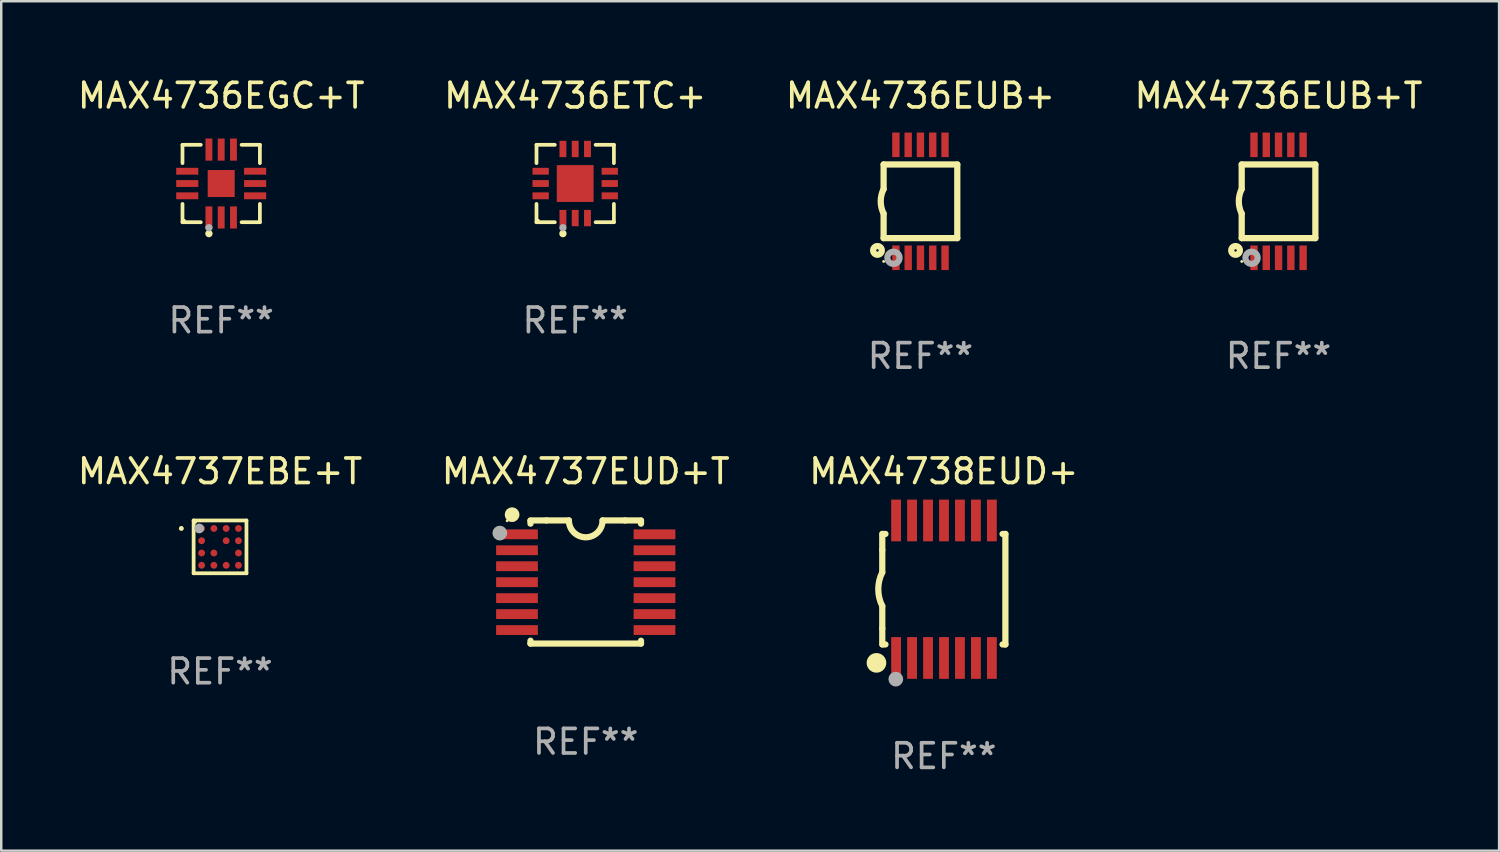
<source format=kicad_pcb>
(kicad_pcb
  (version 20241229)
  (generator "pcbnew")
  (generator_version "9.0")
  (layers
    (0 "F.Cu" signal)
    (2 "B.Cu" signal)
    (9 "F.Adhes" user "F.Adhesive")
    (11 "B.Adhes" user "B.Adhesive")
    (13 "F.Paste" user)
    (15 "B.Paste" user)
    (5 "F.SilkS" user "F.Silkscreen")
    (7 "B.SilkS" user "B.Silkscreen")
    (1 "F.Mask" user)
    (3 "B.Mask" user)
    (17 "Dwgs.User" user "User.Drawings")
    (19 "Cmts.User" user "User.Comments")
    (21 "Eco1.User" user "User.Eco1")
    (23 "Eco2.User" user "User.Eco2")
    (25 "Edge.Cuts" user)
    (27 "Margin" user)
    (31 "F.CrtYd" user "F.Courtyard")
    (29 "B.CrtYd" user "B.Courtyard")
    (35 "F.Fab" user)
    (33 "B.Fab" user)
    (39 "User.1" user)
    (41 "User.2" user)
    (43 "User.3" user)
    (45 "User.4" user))
  (footprint "MAX4737EUD+T"
    (layer "F.Cu")
    (at 20.804 20.652)
    (property "Reference" "MAX4737EUD+T" (at 0 -4.507 0) (layer "F.SilkS") (effects (font (size 1 1) (thickness 0.15))))
    (attr through_hole)
    (fp_line (start -2.25 -2.377) (end -2.25 -2.493) (stroke (width 0.254) (type solid)) (layer "F.SilkS"))
    (fp_line (start -2.25 2.507) (end -2.25 2.392) (stroke (width 0.254) (type solid)) (layer "F.SilkS"))
    (fp_line (start -1.6 -2.507) (end -2.25 -2.507) (stroke (width 0.254) (type solid)) (layer "F.SilkS"))
    (fp_line (start -1.6 -2.507) (end -0.686 -2.507) (stroke (width 0.254) (type solid)) (layer "F.SilkS"))
    (fp_line (start 0.686 -2.507) (end 1.6 -2.507) (stroke (width 0.254) (type solid)) (layer "F.SilkS"))
    (fp_line (start 1.6 -2.507) (end 2.25 -2.507) (stroke (width 0.254) (type solid)) (layer "F.SilkS"))
    (fp_line (start 2.25 -2.493) (end 2.25 -2.377) (stroke (width 0.254) (type solid)) (layer "F.SilkS"))
    (fp_line (start 2.25 2.392) (end 2.25 2.507) (stroke (width 0.254) (type solid)) (layer "F.SilkS"))
    (fp_line (start 2.25 2.507) (end -2.25 2.507) (stroke (width 0.254) (type solid)) (layer "F.SilkS"))
    (fp_arc (start 0.685852 -2.507303) (mid 0.000051 -1.821502) (end -0.68575 -2.507303) (stroke (width 0.254001) (type solid)) (layer "F.SilkS"))
    (fp_circle (center -3.2 -2.493) (end -3.17 -2.493) (stroke (width 0.06) (type solid)) (fill no) (layer "F.SilkS"))
    (fp_circle (center -3 -2.743) (end -2.85 -2.743) (stroke (width 0.3) (type solid)) (fill no) (layer "F.SilkS"))
    (fp_circle (center -3.5 -1.993) (end -3.35 -1.993) (stroke (width 0.3) (type solid)) (fill no) (layer "F.Fab"))
    (fp_text user "REF**" (at 0 6.507 0) (layer "F.Fab") (effects (font (size 1 1) (thickness 0.15))))
    (pad "1" smd rect (at -2.8 -1.943) (size 1.7 0.4) (layers "F.Cu" "F.Mask" "F.Paste"))
    (pad "2" smd rect (at -2.8 -1.293) (size 1.7 0.4) (layers "F.Cu" "F.Mask" "F.Paste"))
    (pad "3" smd rect (at -2.8 -0.643) (size 1.7 0.4) (layers "F.Cu" "F.Mask" "F.Paste"))
    (pad "4" smd rect (at -2.8 0.007) (size 1.7 0.4) (layers "F.Cu" "F.Mask" "F.Paste"))
    (pad "5" smd rect (at -2.8 0.657) (size 1.7 0.4) (layers "F.Cu" "F.Mask" "F.Paste"))
    (pad "6" smd rect (at -2.8 1.307) (size 1.7 0.4) (layers "F.Cu" "F.Mask" "F.Paste"))
    (pad "7" smd rect (at -2.8 1.957) (size 1.7 0.4) (layers "F.Cu" "F.Mask" "F.Paste"))
    (pad "8" smd rect (at 2.8 1.957) (size 1.7 0.4) (layers "F.Cu" "F.Mask" "F.Paste"))
    (pad "9" smd rect (at 2.8 1.307) (size 1.7 0.4) (layers "F.Cu" "F.Mask" "F.Paste"))
    (pad "10" smd rect (at 2.8 0.657) (size 1.7 0.4) (layers "F.Cu" "F.Mask" "F.Paste"))
    (pad "11" smd rect (at 2.8 0.007) (size 1.7 0.4) (layers "F.Cu" "F.Mask" "F.Paste"))
    (pad "12" smd rect (at 2.8 -0.643) (size 1.7 0.4) (layers "F.Cu" "F.Mask" "F.Paste"))
    (pad "13" smd rect (at 2.8 -1.293) (size 1.7 0.4) (layers "F.Cu" "F.Mask" "F.Paste"))
    (pad "14" smd rect (at 2.8 -1.943) (size 1.7 0.4) (layers "F.Cu" "F.Mask" "F.Paste")))
  (footprint "MAX4736EGC+T"
    (layer "F.Cu")
    (at 5.958 4.424)
    (property "Reference" "MAX4736EGC+T" (at 0 -3.576 0) (layer "F.SilkS") (effects (font (size 1 1) (thickness 0.15))))
    (attr through_hole)
    (fp_line (start -1.576 -1.576) (end -0.831 -1.576) (stroke (width 0.152) (type solid)) (layer "F.SilkS"))
    (fp_line (start -1.576 -0.831) (end -1.576 -1.576) (stroke (width 0.152) (type solid)) (layer "F.SilkS"))
    (fp_line (start -1.576 0.831) (end -1.576 1.576) (stroke (width 0.152) (type solid)) (layer "F.SilkS"))
    (fp_line (start -1.576 1.576) (end -0.831 1.576) (stroke (width 0.152) (type solid)) (layer "F.SilkS"))
    (fp_line (start 1.576 -1.576) (end 0.831 -1.576) (stroke (width 0.152) (type solid)) (layer "F.SilkS"))
    (fp_line (start 1.576 -0.831) (end 1.576 -1.576) (stroke (width 0.152) (type solid)) (layer "F.SilkS"))
    (fp_line (start 1.576 0.831) (end 1.576 1.576) (stroke (width 0.152) (type solid)) (layer "F.SilkS"))
    (fp_line (start 1.576 1.576) (end 0.831 1.576) (stroke (width 0.152) (type solid)) (layer "F.SilkS"))
    (fp_circle (center -1.5 1.5) (end -1.47 1.5) (stroke (width 0.06) (type solid)) (fill no) (layer "F.SilkS"))
    (fp_circle (center -0.5 2.04) (end -0.425 2.04) (stroke (width 0.15) (type solid)) (fill no) (layer "F.SilkS"))
    (fp_circle (center -0.5 1.8) (end -0.425 1.8) (stroke (width 0.15) (type solid)) (fill no) (layer "F.Fab"))
    (fp_text user "REF**" (at 0 5.576 0) (layer "F.Fab") (effects (font (size 1 1) (thickness 0.15))))
    (pad "1" smd rect (at -0.5 1.382) (size 0.28 0.9) (layers "F.Cu" "F.Mask" "F.Paste"))
    (pad "2" smd rect (at 0 1.382) (size 0.28 0.9) (layers "F.Cu" "F.Mask" "F.Paste"))
    (pad "3" smd rect (at 0.5 1.382) (size 0.28 0.9) (layers "F.Cu" "F.Mask" "F.Paste"))
    (pad "4" smd rect (at 1.382 0.5) (size 0.9 0.28) (layers "F.Cu" "F.Mask" "F.Paste"))
    (pad "5" smd rect (at 1.382 0) (size 0.9 0.28) (layers "F.Cu" "F.Mask" "F.Paste"))
    (pad "6" smd rect (at 1.382 -0.5) (size 0.9 0.28) (layers "F.Cu" "F.Mask" "F.Paste"))
    (pad "7" smd rect (at 0.5 -1.382) (size 0.28 0.9) (layers "F.Cu" "F.Mask" "F.Paste"))
    (pad "8" smd rect (at 0 -1.382) (size 0.28 0.9) (layers "F.Cu" "F.Mask" "F.Paste"))
    (pad "9" smd rect (at -0.5 -1.382) (size 0.28 0.9) (layers "F.Cu" "F.Mask" "F.Paste"))
    (pad "10" smd rect (at -1.382 -0.5) (size 0.9 0.28) (layers "F.Cu" "F.Mask" "F.Paste"))
    (pad "11" smd rect (at -1.382 0) (size 0.9 0.28) (layers "F.Cu" "F.Mask" "F.Paste"))
    (pad "12" smd rect (at -1.382 0.5) (size 0.9 0.28) (layers "F.Cu" "F.Mask" "F.Paste"))
    (pad "13" smd rect (at 0 0) (size 1.1 1.1) (layers "F.Cu" "F.Mask" "F.Paste")))
  (footprint "MAX4736EUB+"
    (layer "F.Cu")
    (at 34.435 5.148)
    (property "Reference" "MAX4736EUB+" (at 0 -4.3 0) (layer "F.SilkS") (effects (font (size 1 1) (thickness 0.15))))
    (attr through_hole)
    (fp_line (start -1.5 -1.5) (end -1.5 -0.5) (stroke (width 0.254) (type solid)) (layer "F.SilkS"))
    (fp_line (start -1.5 1.5) (end -1.5 0.5) (stroke (width 0.254) (type solid)) (layer "F.SilkS"))
    (fp_line (start -1.5 1.5) (end 1.5 1.5) (stroke (width 0.254) (type solid)) (layer "F.SilkS"))
    (fp_line (start 1.5 1.5) (end 1.5 -1.5) (stroke (width 0.254) (type solid)) (layer "F.SilkS"))
    (fp_line (start 1.5 -1.5) (end -1.5 -1.5) (stroke (width 0.254) (type solid)) (layer "F.SilkS"))
    (fp_arc (start -1.500165 0.5) (mid -1.618199 0) (end -1.500165 -0.5) (stroke (width 0.254001) (type solid)) (layer "F.SilkS"))
    (fp_circle (center -1.75 2) (end -1.573 2) (stroke (width 0.254) (type solid)) (fill no) (layer "F.SilkS"))
    (fp_circle (center -1.499 2.45) (end -1.469 2.45) (stroke (width 0.06) (type solid)) (fill no) (layer "F.SilkS"))
    (fp_circle (center -1.099 2.3) (end -0.975 2.3) (stroke (width 0.25) (type solid)) (fill no) (layer "F.Fab"))
    (fp_text user "REF**" (at 0 6.3 0) (layer "F.Fab") (effects (font (size 1 1) (thickness 0.15))))
    (pad "1" smd rect (at -0.999 2.3 180) (size 0.3 1) (layers "F.Cu" "F.Mask" "F.Paste"))
    (pad "2" smd rect (at -0.499 2.3 180) (size 0.3 1) (layers "F.Cu" "F.Mask" "F.Paste"))
    (pad "3" smd rect (at 0.001 2.3 180) (size 0.3 1) (layers "F.Cu" "F.Mask" "F.Paste"))
    (pad "4" smd rect (at 0.501 2.3 180) (size 0.3 1) (layers "F.Cu" "F.Mask" "F.Paste"))
    (pad "5" smd rect (at 1.001 2.3 180) (size 0.3 1) (layers "F.Cu" "F.Mask" "F.Paste"))
    (pad "6" smd rect (at 1 -2.3 180) (size 0.3 1) (layers "F.Cu" "F.Mask" "F.Paste"))
    (pad "7" smd rect (at 0.5 -2.3 180) (size 0.3 1) (layers "F.Cu" "F.Mask" "F.Paste"))
    (pad "8" smd rect (at -0.000165 -2.3 180) (size 0.3 1) (layers "F.Cu" "F.Mask" "F.Paste"))
    (pad "9" smd rect (at -0.5 -2.3 180) (size 0.3 1) (layers "F.Cu" "F.Mask" "F.Paste"))
    (pad "10" smd rect (at -1 -2.3 180) (size 0.3 1) (layers "F.Cu" "F.Mask" "F.Paste")))
  (footprint "MAX4736EUB+T"
    (layer "F.Cu")
    (at 49.018 5.148)
    (property "Reference" "MAX4736EUB+T" (at 0 -4.3 0) (layer "F.SilkS") (effects (font (size 1 1) (thickness 0.15))))
    (attr through_hole)
    (fp_line (start -1.5 -1.5) (end -1.5 -0.5) (stroke (width 0.254) (type solid)) (layer "F.SilkS"))
    (fp_line (start -1.5 1.5) (end -1.5 0.5) (stroke (width 0.254) (type solid)) (layer "F.SilkS"))
    (fp_line (start -1.5 1.5) (end 1.5 1.5) (stroke (width 0.254) (type solid)) (layer "F.SilkS"))
    (fp_line (start 1.5 1.5) (end 1.5 -1.5) (stroke (width 0.254) (type solid)) (layer "F.SilkS"))
    (fp_line (start 1.5 -1.5) (end -1.5 -1.5) (stroke (width 0.254) (type solid)) (layer "F.SilkS"))
    (fp_arc (start -1.500165 0.5) (mid -1.618199 0) (end -1.500165 -0.5) (stroke (width 0.254001) (type solid)) (layer "F.SilkS"))
    (fp_circle (center -1.75 2) (end -1.573 2) (stroke (width 0.254) (type solid)) (fill no) (layer "F.SilkS"))
    (fp_circle (center -1.499 2.45) (end -1.469 2.45) (stroke (width 0.06) (type solid)) (fill no) (layer "F.SilkS"))
    (fp_circle (center -1.099 2.3) (end -0.975 2.3) (stroke (width 0.25) (type solid)) (fill no) (layer "F.Fab"))
    (fp_text user "REF**" (at 0 6.3 0) (layer "F.Fab") (effects (font (size 1 1) (thickness 0.15))))
    (pad "1" smd rect (at -0.999 2.3 180) (size 0.3 1) (layers "F.Cu" "F.Mask" "F.Paste"))
    (pad "2" smd rect (at -0.499 2.3 180) (size 0.3 1) (layers "F.Cu" "F.Mask" "F.Paste"))
    (pad "3" smd rect (at 0.001 2.3 180) (size 0.3 1) (layers "F.Cu" "F.Mask" "F.Paste"))
    (pad "4" smd rect (at 0.501 2.3 180) (size 0.3 1) (layers "F.Cu" "F.Mask" "F.Paste"))
    (pad "5" smd rect (at 1.001 2.3 180) (size 0.3 1) (layers "F.Cu" "F.Mask" "F.Paste"))
    (pad "6" smd rect (at 1 -2.3 180) (size 0.3 1) (layers "F.Cu" "F.Mask" "F.Paste"))
    (pad "7" smd rect (at 0.5 -2.3 180) (size 0.3 1) (layers "F.Cu" "F.Mask" "F.Paste"))
    (pad "8" smd rect (at -0.000165 -2.3 180) (size 0.3 1) (layers "F.Cu" "F.Mask" "F.Paste"))
    (pad "9" smd rect (at -0.5 -2.3 180) (size 0.3 1) (layers "F.Cu" "F.Mask" "F.Paste"))
    (pad "10" smd rect (at -1 -2.3 180) (size 0.3 1) (layers "F.Cu" "F.Mask" "F.Paste")))
  (footprint "MAX4737EBE+T"
    (layer "F.Cu")
    (at 5.911 19.221)
    (property "Reference" "MAX4737EBE+T" (at 0 -3.076 0) (layer "F.SilkS") (effects (font (size 1 1) (thickness 0.15))))
    (attr through_hole)
    (fp_line (start -1.076 -1.076) (end 1.076 -1.076) (stroke (width 0.152) (type solid)) (layer "F.SilkS"))
    (fp_line (start -1.076 1.076) (end -1.076 -1.076) (stroke (width 0.152) (type solid)) (layer "F.SilkS"))
    (fp_line (start 1.076 -1.076) (end 1.076 1.076) (stroke (width 0.152) (type solid)) (layer "F.SilkS"))
    (fp_line (start 1.076 1.076) (end -1.076 1.076) (stroke (width 0.152) (type solid)) (layer "F.SilkS"))
    (fp_circle (center -1.576 -0.75) (end -1.526 -0.75) (stroke (width 0.1) (type solid)) (fill no) (layer "F.SilkS"))
    (fp_circle (center -1 -1) (end -0.97 -1) (stroke (width 0.06) (type solid)) (fill no) (layer "F.SilkS"))
    (fp_circle (center -0.85 -0.75) (end -0.75 -0.75) (stroke (width 0.2) (type solid)) (fill no) (layer "F.Fab"))
    (fp_text user "REF**" (at 0 5.076 0) (layer "F.Fab") (effects (font (size 1 1) (thickness 0.15))))
    (pad "A1" smd circle (at -0.75 -0.75) (size 0.28 0.28) (layers "F.Cu" "F.Mask" "F.Paste"))
    (pad "A2" smd circle (at -0.25 -0.75) (size 0.28 0.28) (layers "F.Cu" "F.Mask" "F.Paste"))
    (pad "A3" smd circle (at 0.25 -0.75) (size 0.28 0.28) (layers "F.Cu" "F.Mask" "F.Paste"))
    (pad "A4" smd circle (at 0.75 -0.75) (size 0.28 0.28) (layers "F.Cu" "F.Mask" "F.Paste"))
    (pad "B1" smd circle (at -0.75 -0.25) (size 0.28 0.28) (layers "F.Cu" "F.Mask" "F.Paste"))
    (pad "B3" smd circle (at 0.25 -0.25) (size 0.28 0.28) (layers "F.Cu" "F.Mask" "F.Paste"))
    (pad "B4" smd circle (at 0.75 -0.25) (size 0.28 0.28) (layers "F.Cu" "F.Mask" "F.Paste"))
    (pad "C1" smd circle (at -0.75 0.25) (size 0.28 0.28) (layers "F.Cu" "F.Mask" "F.Paste"))
    (pad "C2" smd circle (at -0.25 0.25) (size 0.28 0.28) (layers "F.Cu" "F.Mask" "F.Paste"))
    (pad "C4" smd circle (at 0.75 0.25) (size 0.28 0.28) (layers "F.Cu" "F.Mask" "F.Paste"))
    (pad "D1" smd circle (at -0.75 0.75) (size 0.28 0.28) (layers "F.Cu" "F.Mask" "F.Paste"))
    (pad "D2" smd circle (at -0.25 0.75) (size 0.28 0.28) (layers "F.Cu" "F.Mask" "F.Paste"))
    (pad "D3" smd circle (at 0.25 0.75) (size 0.28 0.28) (layers "F.Cu" "F.Mask" "F.Paste"))
    (pad "D4" smd circle (at 0.75 0.75) (size 0.28 0.28) (layers "F.Cu" "F.Mask" "F.Paste")))
  (footprint "MAX4738EUD+"
    (layer "F.Cu")
    (at 35.387 20.945)
    (property "Reference" "MAX4738EUD+" (at 0 -4.8 0) (layer "F.SilkS") (effects (font (size 1 1) (thickness 0.15))))
    (attr through_hole)
    (fp_line (start -2.507 -1.6) (end -2.507 -2.25) (stroke (width 0.254) (type solid)) (layer "F.SilkS"))
    (fp_line (start -2.507 -0.686) (end -2.507 -1.6) (stroke (width 0.254) (type solid)) (layer "F.SilkS"))
    (fp_line (start -2.507 1.6) (end -2.507 0.686) (stroke (width 0.254) (type solid)) (layer "F.SilkS"))
    (fp_line (start -2.507 1.6) (end -2.507 2.25) (stroke (width 0.254) (type solid)) (layer "F.SilkS"))
    (fp_line (start -2.493 -2.25) (end -2.377 -2.25) (stroke (width 0.254) (type solid)) (layer "F.SilkS"))
    (fp_line (start -2.377 2.25) (end -2.493 2.25) (stroke (width 0.254) (type solid)) (layer "F.SilkS"))
    (fp_line (start 2.392 -2.25) (end 2.507 -2.25) (stroke (width 0.254) (type solid)) (layer "F.SilkS"))
    (fp_line (start 2.507 -2.25) (end 2.507 2.25) (stroke (width 0.254) (type solid)) (layer "F.SilkS"))
    (fp_line (start 2.507 2.25) (end 2.392 2.25) (stroke (width 0.254) (type solid)) (layer "F.SilkS"))
    (fp_arc (start -2.507303 0.685802) (mid -2.669199 0) (end -2.507303 -0.685801) (stroke (width 0.254001) (type solid)) (layer "F.SilkS"))
    (fp_circle (center -2.743 3) (end -2.543 3) (stroke (width 0.4) (type solid)) (fill no) (layer "F.SilkS"))
    (fp_circle (center -2.493 3.2) (end -2.463 3.2) (stroke (width 0.06) (type solid)) (fill no) (layer "F.SilkS"))
    (fp_circle (center -1.957 3.662) (end -1.807 3.662) (stroke (width 0.3) (type solid)) (fill no) (layer "F.Fab"))
    (fp_text user "REF**" (at 0 6.8 0) (layer "F.Fab") (effects (font (size 1 1) (thickness 0.15))))
    (pad "1" smd rect (at -1.943 2.8) (size 0.4 1.7) (layers "F.Cu" "F.Mask" "F.Paste"))
    (pad "2" smd rect (at -1.293 2.8) (size 0.4 1.7) (layers "F.Cu" "F.Mask" "F.Paste"))
    (pad "3" smd rect (at -0.643 2.8) (size 0.4 1.7) (layers "F.Cu" "F.Mask" "F.Paste"))
    (pad "4" smd rect (at 0.007 2.8) (size 0.4 1.7) (layers "F.Cu" "F.Mask" "F.Paste"))
    (pad "5" smd rect (at 0.657 2.8) (size 0.4 1.7) (layers "F.Cu" "F.Mask" "F.Paste"))
    (pad "6" smd rect (at 1.307 2.8) (size 0.4 1.7) (layers "F.Cu" "F.Mask" "F.Paste"))
    (pad "7" smd rect (at 1.957 2.8) (size 0.4 1.7) (layers "F.Cu" "F.Mask" "F.Paste"))
    (pad "8" smd rect (at 1.957 -2.8) (size 0.4 1.7) (layers "F.Cu" "F.Mask" "F.Paste"))
    (pad "9" smd rect (at 1.307 -2.8) (size 0.4 1.7) (layers "F.Cu" "F.Mask" "F.Paste"))
    (pad "10" smd rect (at 0.657 -2.8) (size 0.4 1.7) (layers "F.Cu" "F.Mask" "F.Paste"))
    (pad "11" smd rect (at 0.007 -2.8) (size 0.4 1.7) (layers "F.Cu" "F.Mask" "F.Paste"))
    (pad "12" smd rect (at -0.643 -2.8) (size 0.4 1.7) (layers "F.Cu" "F.Mask" "F.Paste"))
    (pad "13" smd rect (at -1.293 -2.8) (size 0.4 1.7) (layers "F.Cu" "F.Mask" "F.Paste"))
    (pad "14" smd rect (at -1.943 -2.8) (size 0.4 1.7) (layers "F.Cu" "F.Mask" "F.Paste")))
  (footprint "MAX4736ETC+"
    (layer "F.Cu")
    (at 20.375 4.424)
    (property "Reference" "MAX4736ETC+" (at 0 -3.576 0) (layer "F.SilkS") (effects (font (size 1 1) (thickness 0.15))))
    (attr through_hole)
    (fp_line (start -1.576 -1.576) (end -0.831 -1.576) (stroke (width 0.152) (type solid)) (layer "F.SilkS"))
    (fp_line (start -1.576 -0.831) (end -1.576 -1.576) (stroke (width 0.152) (type solid)) (layer "F.SilkS"))
    (fp_line (start -1.576 0.831) (end -1.576 1.576) (stroke (width 0.152) (type solid)) (layer "F.SilkS"))
    (fp_line (start -1.576 1.576) (end -0.831 1.576) (stroke (width 0.152) (type solid)) (layer "F.SilkS"))
    (fp_line (start 1.576 -1.576) (end 0.831 -1.576) (stroke (width 0.152) (type solid)) (layer "F.SilkS"))
    (fp_line (start 1.576 -0.831) (end 1.576 -1.576) (stroke (width 0.152) (type solid)) (layer "F.SilkS"))
    (fp_line (start 1.576 0.831) (end 1.576 1.576) (stroke (width 0.152) (type solid)) (layer "F.SilkS"))
    (fp_line (start 1.576 1.576) (end 0.831 1.576) (stroke (width 0.152) (type solid)) (layer "F.SilkS"))
    (fp_circle (center -1.5 1.5) (end -1.47 1.5) (stroke (width 0.06) (type solid)) (fill no) (layer "F.SilkS"))
    (fp_circle (center -0.5 2.04) (end -0.425 2.04) (stroke (width 0.15) (type solid)) (fill no) (layer "F.SilkS"))
    (fp_circle (center -0.5 1.8) (end -0.425 1.8) (stroke (width 0.15) (type solid)) (fill no) (layer "F.Fab"))
    (fp_text user "REF**" (at 0 5.576 0) (layer "F.Fab") (effects (font (size 1 1) (thickness 0.15))))
    (pad "1" smd rect (at -0.5 1.407) (size 0.28 0.665) (layers "F.Cu" "F.Mask" "F.Paste"))
    (pad "2" smd rect (at 0 1.407) (size 0.28 0.665) (layers "F.Cu" "F.Mask" "F.Paste"))
    (pad "3" smd rect (at 0.5 1.407) (size 0.28 0.665) (layers "F.Cu" "F.Mask" "F.Paste"))
    (pad "4" smd rect (at 1.407 0.5) (size 0.665 0.28) (layers "F.Cu" "F.Mask" "F.Paste"))
    (pad "5" smd rect (at 1.407 0) (size 0.665 0.28) (layers "F.Cu" "F.Mask" "F.Paste"))
    (pad "6" smd rect (at 1.407 -0.5) (size 0.665 0.28) (layers "F.Cu" "F.Mask" "F.Paste"))
    (pad "7" smd rect (at 0.5 -1.407) (size 0.28 0.665) (layers "F.Cu" "F.Mask" "F.Paste"))
    (pad "8" smd rect (at 0 -1.407) (size 0.28 0.665) (layers "F.Cu" "F.Mask" "F.Paste"))
    (pad "9" smd rect (at -0.5 -1.407) (size 0.28 0.665) (layers "F.Cu" "F.Mask" "F.Paste"))
    (pad "10" smd rect (at -1.407 -0.5) (size 0.665 0.28) (layers "F.Cu" "F.Mask" "F.Paste"))
    (pad "11" smd rect (at -1.407 0) (size 0.665 0.28) (layers "F.Cu" "F.Mask" "F.Paste"))
    (pad "12" smd rect (at -1.407 0.5) (size 0.665 0.28) (layers "F.Cu" "F.Mask" "F.Paste"))
    (pad "13" smd rect (at 0 0) (size 1.5 1.5) (layers "F.Cu" "F.Mask" "F.Paste")))
  (gr_rect
    (start -3 -3)
    (end 58 31.593)
    (stroke (width 0.1) (type default))
    (fill no)
    (layer "Edge.Cuts")))
</source>
